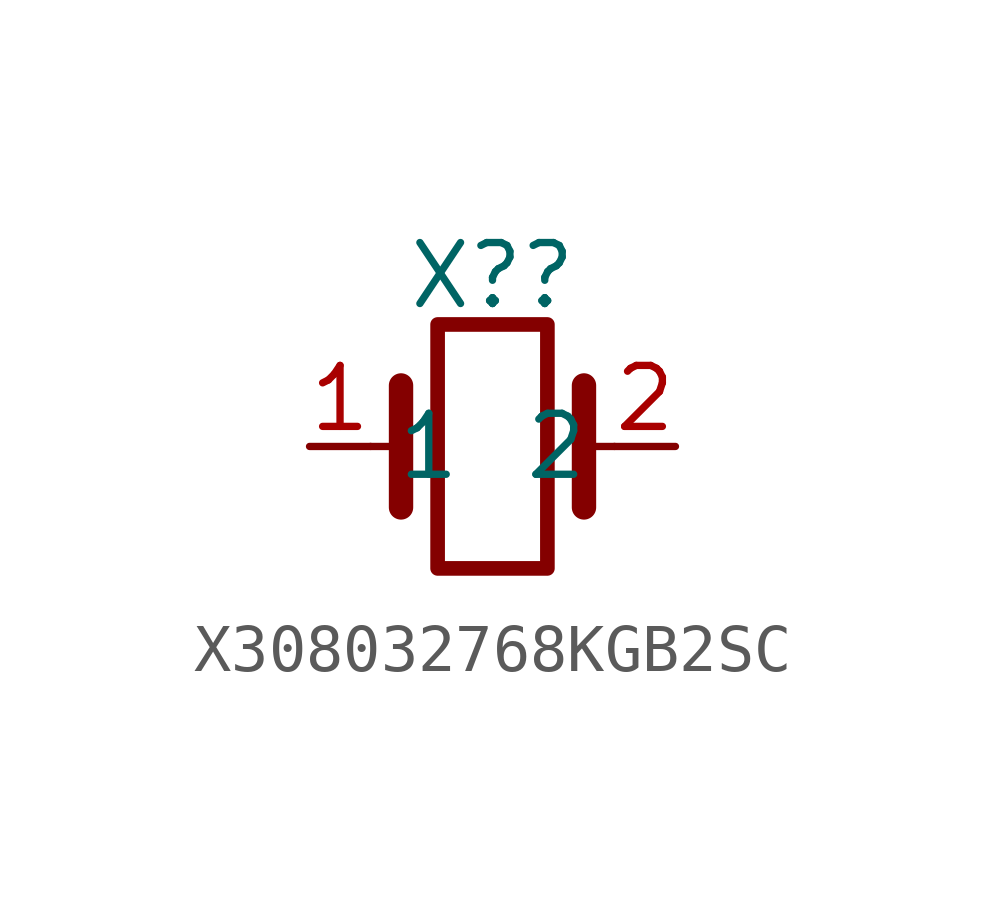
<source format=kicad_sym>
(kicad_symbol_lib
  (version 20231120)
  (generator "kicad_symbol_editor")
  (generator_version "8.0")
  (symbol "X308032768KGB2SC"
    (property "Reference" "X?"
      (at 0 3.556 0)
      (effects (font (size 1.27 1.27))))
    (property "Value" ""
      (at 0 0 0)
      (effects (font (size 1.27 1.27))))
    (property "ki_locked" ""
      (at 0 0 0)
      (effects (font (size 1.27 1.27))))
    (symbol "X308032768KGB2SC_0_1"
      (rectangle (start -1.143 2.54) (end 1.143 -2.54) (stroke (width 0.305) (type default)) (fill (type none)))
      (polyline (pts (xy -2.54 0) (xy -1.905 0)) (stroke (width 0) (type default)) (fill (type none)))
      (polyline (pts (xy -1.905 -1.27) (xy -1.905 1.27)) (stroke (width 0.508) (type default)) (fill (type none)))
      (polyline (pts (xy 1.905 -1.27) (xy 1.905 1.27)) (stroke (width 0.508) (type default)) (fill (type none)))
      (polyline (pts (xy 2.54 0) (xy 1.905 0)) (stroke (width 0) (type default)) (fill (type none))))
    (symbol "X308032768KGB2SC_1_1"
      (pin passive line (at -3.81 0 0) (length 1.27) (name "1" (effects (font (size 1.27 1.27)))) (number "1" (effects (font (size 1.27 1.27)))))
      (pin passive line (at 3.81 0 180) (length 1.27) (name "2" (effects (font (size 1.27 1.27)))) (number "2" (effects (font (size 1.27 1.27))))))))
</source>
